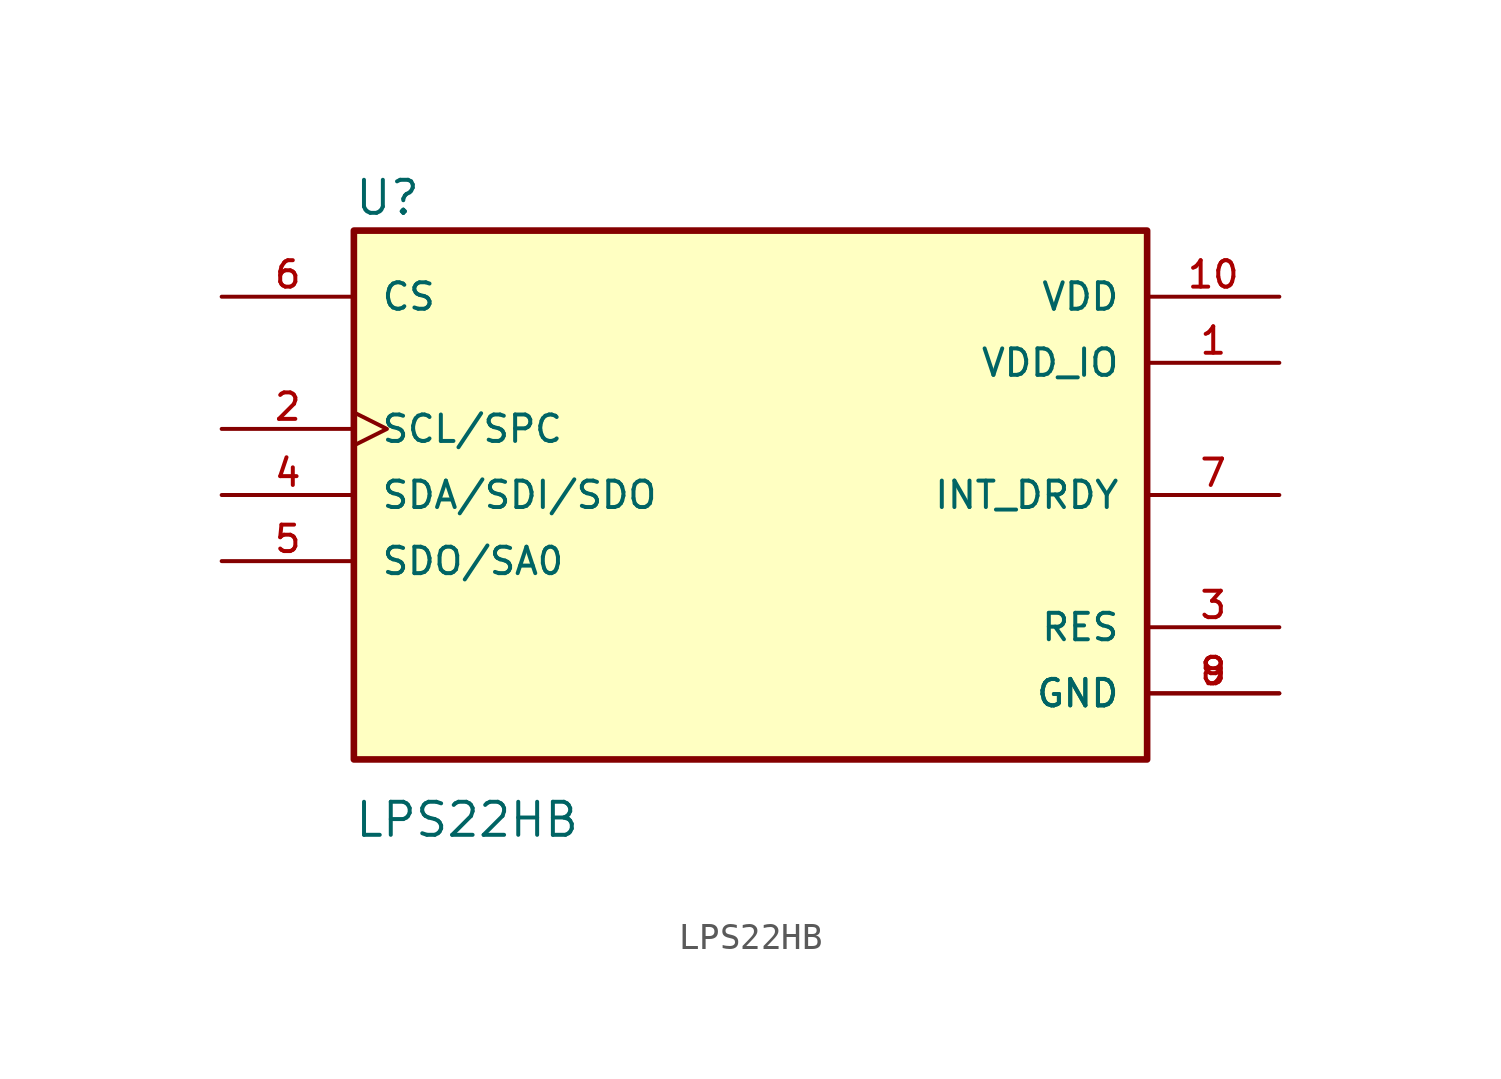
<source format=kicad_sym>
(kicad_symbol_lib
  (version 20211014)
  (generator kicad_symbol_editor)
  (symbol "LPS22HB"
    (pin_names
      (offset 1.016))
    (property "Reference" "U"
      (at -15.255 10.679 0)
      (effects (font (size 1.27 1.27)) (justify left bottom)))
    (property "Value" "LPS22HB"
      (at -15.253 -13.22 0)
      (effects (font (size 1.27 1.27)) (justify left bottom)))
    (symbol "LPS22HB_0_0"
      (rectangle (start -15.24 -10.16) (end 15.24 10.16) (stroke (width 0.254) (type default) (color 0 0 0 0)) (fill (type background)))
      (pin power_in line (at 20.32 5.08 180) (length 5.08) (name "VDD_IO" (effects (font (size 1.016 1.016)))) (number "1" (effects (font (size 1.016 1.016)))))
      (pin power_in line (at 20.32 7.62 180) (length 5.08) (name "VDD" (effects (font (size 1.016 1.016)))) (number "10" (effects (font (size 1.016 1.016)))))
      (pin input clock (at -20.32 2.54 0) (length 5.08) (name "SCL/SPC" (effects (font (size 1.016 1.016)))) (number "2" (effects (font (size 1.016 1.016)))))
      (pin power_in line (at 20.32 -5.08 180) (length 5.08) (name "RES" (effects (font (size 1.016 1.016)))) (number "3" (effects (font (size 1.016 1.016)))))
      (pin bidirectional line (at -20.32 0 0) (length 5.08) (name "SDA/SDI/SDO" (effects (font (size 1.016 1.016)))) (number "4" (effects (font (size 1.016 1.016)))))
      (pin bidirectional line (at -20.32 -2.54 0) (length 5.08) (name "SDO/SA0" (effects (font (size 1.016 1.016)))) (number "5" (effects (font (size 1.016 1.016)))))
      (pin input line (at -20.32 7.62 0) (length 5.08) (name "CS" (effects (font (size 1.016 1.016)))) (number "6" (effects (font (size 1.016 1.016)))))
      (pin output line (at 20.32 0 180) (length 5.08) (name "INT_DRDY" (effects (font (size 1.016 1.016)))) (number "7" (effects (font (size 1.016 1.016)))))
      (pin power_in line (at 20.32 -7.62 180) (length 5.08) (name "GND" (effects (font (size 1.016 1.016)))) (number "8" (effects (font (size 1.016 1.016)))))
      (pin power_in line (at 20.32 -7.62 180) (length 5.08) (name "GND" (effects (font (size 1.016 1.016)))) (number "9" (effects (font (size 1.016 1.016))))))))
</source>
